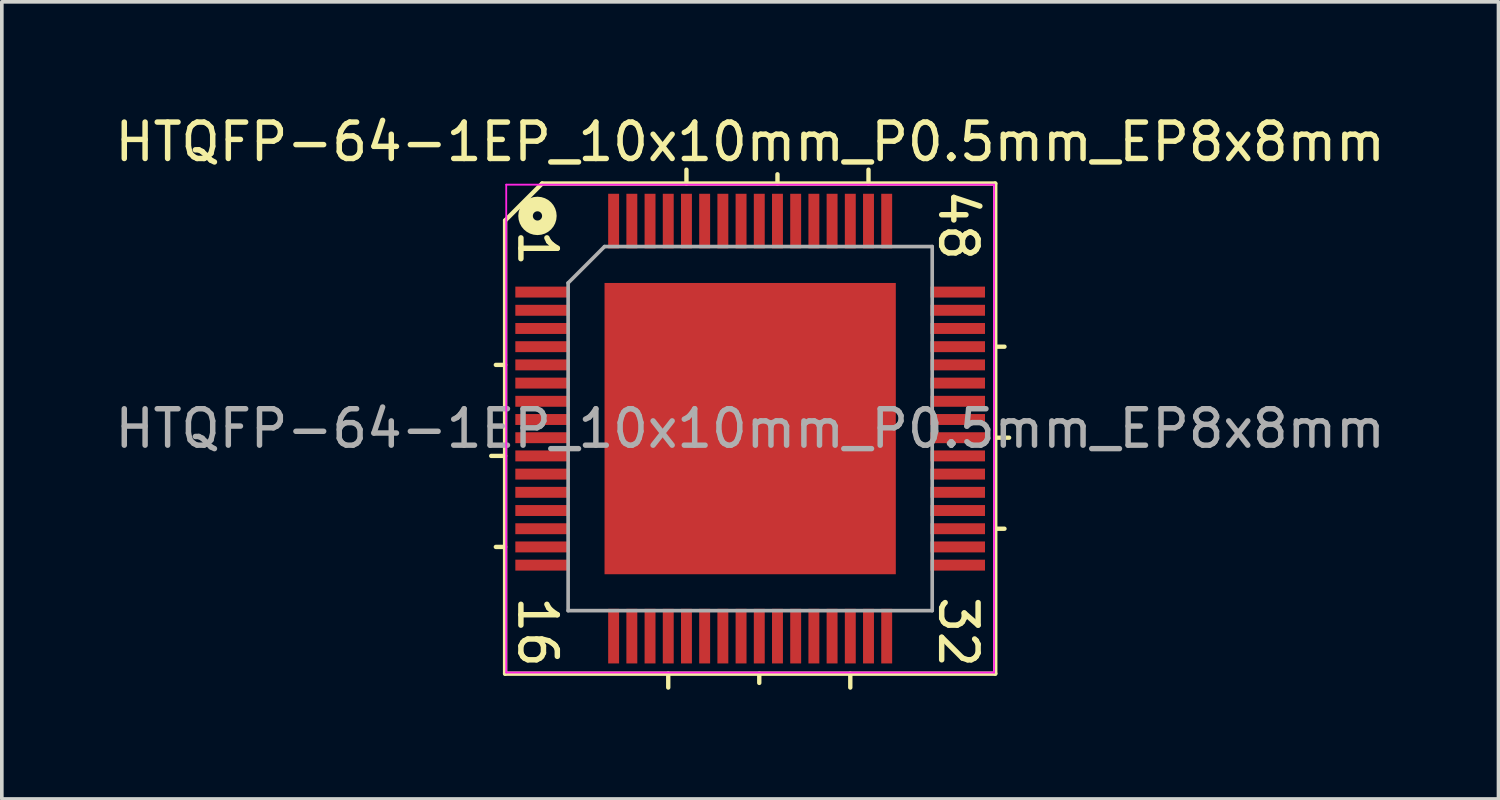
<source format=kicad_pcb>
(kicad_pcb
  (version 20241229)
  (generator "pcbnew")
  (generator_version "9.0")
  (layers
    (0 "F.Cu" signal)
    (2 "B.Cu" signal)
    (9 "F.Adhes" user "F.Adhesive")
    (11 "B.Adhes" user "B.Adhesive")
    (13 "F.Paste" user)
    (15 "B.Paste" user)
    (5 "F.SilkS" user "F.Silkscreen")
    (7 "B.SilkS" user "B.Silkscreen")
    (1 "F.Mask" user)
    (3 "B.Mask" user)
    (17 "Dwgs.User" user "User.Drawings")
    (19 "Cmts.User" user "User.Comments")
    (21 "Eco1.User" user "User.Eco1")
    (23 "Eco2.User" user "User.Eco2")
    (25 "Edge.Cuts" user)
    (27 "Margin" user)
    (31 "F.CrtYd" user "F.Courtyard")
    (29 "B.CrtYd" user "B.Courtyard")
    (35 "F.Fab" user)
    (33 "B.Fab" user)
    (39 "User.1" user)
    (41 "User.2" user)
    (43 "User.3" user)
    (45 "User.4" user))
  (footprint "HTQFP-64-1EP_10x10mm_P0.5mm_EP8x8mm"
    (layer "F.Cu")
    (at 17.554 8.722)
    (property "Reference" "HTQFP-64-1EP_10x10mm_P0.5mm_EP8x8mm" (at 0 -7.874 0) (layer "F.SilkS") (effects (font (size 1 1) (thickness 0.15))))
    (attr smd)
    (fp_line (start -6.731 -5.715) (end -6.731 6.731) (stroke (width 0.12) (type solid)) (layer "F.SilkS"))
    (fp_line (start -6.731 -1.75) (end -6.985 -1.75) (stroke (width 0.12) (type solid)) (layer "F.SilkS"))
    (fp_line (start -6.731 0.75) (end -7.112 0.75) (stroke (width 0.12) (type solid)) (layer "F.SilkS"))
    (fp_line (start -6.731 3.25) (end -6.985 3.25) (stroke (width 0.12) (type solid)) (layer "F.SilkS"))
    (fp_line (start -6.731 6.731) (end 6.731 6.731) (stroke (width 0.12) (type solid)) (layer "F.SilkS"))
    (fp_line (start -5.715 -6.731) (end -6.731 -5.715) (stroke (width 0.12) (type solid)) (layer "F.SilkS"))
    (fp_line (start -2.25 6.731) (end -2.25 7.112) (stroke (width 0.12) (type solid)) (layer "F.SilkS"))
    (fp_line (start -1.75 -6.731) (end -1.75 -7.112) (stroke (width 0.12) (type solid)) (layer "F.SilkS"))
    (fp_line (start 0.25 6.731) (end 0.25 6.985) (stroke (width 0.12) (type solid)) (layer "F.SilkS"))
    (fp_line (start 0.75 -6.731) (end 0.75 -6.985) (stroke (width 0.12) (type solid)) (layer "F.SilkS"))
    (fp_line (start 2.75 6.731) (end 2.75 7.112) (stroke (width 0.12) (type solid)) (layer "F.SilkS"))
    (fp_line (start 3.25 -6.731) (end 3.25 -7.112) (stroke (width 0.12) (type solid)) (layer "F.SilkS"))
    (fp_line (start 6.731 -6.731) (end -5.715 -6.731) (stroke (width 0.12) (type solid)) (layer "F.SilkS"))
    (fp_line (start 6.731 -2.25) (end 6.985 -2.25) (stroke (width 0.12) (type solid)) (layer "F.SilkS"))
    (fp_line (start 6.731 0.25) (end 7.112 0.25) (stroke (width 0.12) (type solid)) (layer "F.SilkS"))
    (fp_line (start 6.731 2.75) (end 6.985 2.75) (stroke (width 0.12) (type solid)) (layer "F.SilkS"))
    (fp_line (start 6.731 6.731) (end 6.731 -6.731) (stroke (width 0.12) (type solid)) (layer "F.SilkS"))
    (fp_circle (center -5.842 -5.842) (end -5.715 -5.842) (stroke (width 0.4) (type solid)) (fill no) (layer "F.SilkS"))
    (fp_line (start -6.7 -6.7) (end -6.7 6.7) (stroke (width 0.05) (type solid)) (layer "F.CrtYd"))
    (fp_line (start -6.7 -6.7) (end 6.7 -6.7) (stroke (width 0.05) (type solid)) (layer "F.CrtYd"))
    (fp_line (start -6.7 6.7) (end 6.7 6.7) (stroke (width 0.05) (type solid)) (layer "F.CrtYd"))
    (fp_line (start 6.7 -6.7) (end 6.7 6.7) (stroke (width 0.05) (type solid)) (layer "F.CrtYd"))
    (fp_line (start -5 -4) (end -4 -5) (stroke (width 0.1) (type solid)) (layer "F.Fab"))
    (fp_line (start -5 5) (end -5 -4) (stroke (width 0.1) (type solid)) (layer "F.Fab"))
    (fp_line (start -4 -5) (end 5 -5) (stroke (width 0.1) (type solid)) (layer "F.Fab"))
    (fp_line (start 5 -5) (end 5 5) (stroke (width 0.1) (type solid)) (layer "F.Fab"))
    (fp_line (start 5 5) (end -5 5) (stroke (width 0.1) (type solid)) (layer "F.Fab"))
    (fp_text user "48" (at 5.715 -5.588 270) (unlocked yes) (layer "F.SilkS") (effects (font (size 1 1) (thickness 0.15))))
    (fp_text user "1" (at -5.842 -4.953 270) (unlocked yes) (layer "F.SilkS") (effects (font (size 1 1) (thickness 0.15))))
    (fp_text user "32" (at 5.715 5.588 270) (unlocked yes) (layer "F.SilkS") (effects (font (size 1 1) (thickness 0.15))))
    (fp_text user "16" (at -5.842 5.588 270) (unlocked yes) (layer "F.SilkS") (effects (font (size 1 1) (thickness 0.15))))
    (fp_text user "${REFERENCE}" (at 0 0 0) (layer "F.Fab") (effects (font (size 1 1) (thickness 0.15))))
    (pad "" smd rect (at -2 -2 180) (size 3.2 3.2) (layers "F.Paste"))
    (pad "" smd rect (at -2 2 180) (size 3.2 3.2) (layers "F.Paste"))
    (pad "" smd rect (at 2 -2 180) (size 3.2 3.2) (layers "F.Paste"))
    (pad "" smd rect (at 2 2 180) (size 3.2 3.2) (layers "F.Paste"))
    (pad "1" smd rect (at -5.7 -3.75) (size 1.5 0.3) (layers "F.Cu" "F.Mask" "F.Paste"))
    (pad "2" smd rect (at -5.7 -3.25) (size 1.5 0.3) (layers "F.Cu" "F.Mask" "F.Paste"))
    (pad "3" smd rect (at -5.7 -2.75) (size 1.5 0.3) (layers "F.Cu" "F.Mask" "F.Paste"))
    (pad "4" smd rect (at -5.7 -2.25) (size 1.5 0.3) (layers "F.Cu" "F.Mask" "F.Paste"))
    (pad "5" smd rect (at -5.7 -1.75) (size 1.5 0.3) (layers "F.Cu" "F.Mask" "F.Paste"))
    (pad "6" smd rect (at -5.7 -1.25) (size 1.5 0.3) (layers "F.Cu" "F.Mask" "F.Paste"))
    (pad "7" smd rect (at -5.7 -0.75) (size 1.5 0.3) (layers "F.Cu" "F.Mask" "F.Paste"))
    (pad "8" smd rect (at -5.7 -0.25) (size 1.5 0.3) (layers "F.Cu" "F.Mask" "F.Paste"))
    (pad "9" smd rect (at -5.7 0.25) (size 1.5 0.3) (layers "F.Cu" "F.Mask" "F.Paste"))
    (pad "10" smd rect (at -5.7 0.75) (size 1.5 0.3) (layers "F.Cu" "F.Mask" "F.Paste"))
    (pad "11" smd rect (at -5.7 1.25) (size 1.5 0.3) (layers "F.Cu" "F.Mask" "F.Paste"))
    (pad "12" smd rect (at -5.7 1.75) (size 1.5 0.3) (layers "F.Cu" "F.Mask" "F.Paste"))
    (pad "13" smd rect (at -5.7 2.25) (size 1.5 0.3) (layers "F.Cu" "F.Mask" "F.Paste"))
    (pad "14" smd rect (at -5.7 2.75) (size 1.5 0.3) (layers "F.Cu" "F.Mask" "F.Paste"))
    (pad "15" smd rect (at -5.7 3.25) (size 1.5 0.3) (layers "F.Cu" "F.Mask" "F.Paste"))
    (pad "16" smd rect (at -5.7 3.75) (size 1.5 0.3) (layers "F.Cu" "F.Mask" "F.Paste"))
    (pad "17" smd rect (at -3.75 5.7 90) (size 1.5 0.3) (layers "F.Cu" "F.Mask" "F.Paste"))
    (pad "18" smd rect (at -3.25 5.7 90) (size 1.5 0.3) (layers "F.Cu" "F.Mask" "F.Paste"))
    (pad "19" smd rect (at -2.75 5.7 90) (size 1.5 0.3) (layers "F.Cu" "F.Mask" "F.Paste"))
    (pad "20" smd rect (at -2.25 5.7 90) (size 1.5 0.3) (layers "F.Cu" "F.Mask" "F.Paste"))
    (pad "21" smd rect (at -1.75 5.7 90) (size 1.5 0.3) (layers "F.Cu" "F.Mask" "F.Paste"))
    (pad "22" smd rect (at -1.25 5.7 90) (size 1.5 0.3) (layers "F.Cu" "F.Mask" "F.Paste"))
    (pad "23" smd rect (at -0.75 5.7 90) (size 1.5 0.3) (layers "F.Cu" "F.Mask" "F.Paste"))
    (pad "24" smd rect (at -0.25 5.7 90) (size 1.5 0.3) (layers "F.Cu" "F.Mask" "F.Paste"))
    (pad "25" smd rect (at 0.25 5.7 90) (size 1.5 0.3) (layers "F.Cu" "F.Mask" "F.Paste"))
    (pad "26" smd rect (at 0.75 5.7 90) (size 1.5 0.3) (layers "F.Cu" "F.Mask" "F.Paste"))
    (pad "27" smd rect (at 1.25 5.7 90) (size 1.5 0.3) (layers "F.Cu" "F.Mask" "F.Paste"))
    (pad "28" smd rect (at 1.75 5.7 90) (size 1.5 0.3) (layers "F.Cu" "F.Mask" "F.Paste"))
    (pad "29" smd rect (at 2.25 5.7 90) (size 1.5 0.3) (layers "F.Cu" "F.Mask" "F.Paste"))
    (pad "30" smd rect (at 2.75 5.7 90) (size 1.5 0.3) (layers "F.Cu" "F.Mask" "F.Paste"))
    (pad "31" smd rect (at 3.25 5.7 90) (size 1.5 0.3) (layers "F.Cu" "F.Mask" "F.Paste"))
    (pad "32" smd rect (at 3.75 5.7 90) (size 1.5 0.3) (layers "F.Cu" "F.Mask" "F.Paste"))
    (pad "33" smd rect (at 5.7 3.75) (size 1.5 0.3) (layers "F.Cu" "F.Mask" "F.Paste"))
    (pad "34" smd rect (at 5.7 3.25) (size 1.5 0.3) (layers "F.Cu" "F.Mask" "F.Paste"))
    (pad "35" smd rect (at 5.7 2.75) (size 1.5 0.3) (layers "F.Cu" "F.Mask" "F.Paste"))
    (pad "36" smd rect (at 5.7 2.25) (size 1.5 0.3) (layers "F.Cu" "F.Mask" "F.Paste"))
    (pad "37" smd rect (at 5.7 1.75) (size 1.5 0.3) (layers "F.Cu" "F.Mask" "F.Paste"))
    (pad "38" smd rect (at 5.7 1.25) (size 1.5 0.3) (layers "F.Cu" "F.Mask" "F.Paste"))
    (pad "39" smd rect (at 5.7 0.75) (size 1.5 0.3) (layers "F.Cu" "F.Mask" "F.Paste"))
    (pad "40" smd rect (at 5.7 0.25) (size 1.5 0.3) (layers "F.Cu" "F.Mask" "F.Paste"))
    (pad "41" smd rect (at 5.7 -0.25) (size 1.5 0.3) (layers "F.Cu" "F.Mask" "F.Paste"))
    (pad "42" smd rect (at 5.7 -0.75) (size 1.5 0.3) (layers "F.Cu" "F.Mask" "F.Paste"))
    (pad "43" smd rect (at 5.7 -1.25) (size 1.5 0.3) (layers "F.Cu" "F.Mask" "F.Paste"))
    (pad "44" smd rect (at 5.7 -1.75) (size 1.5 0.3) (layers "F.Cu" "F.Mask" "F.Paste"))
    (pad "45" smd rect (at 5.7 -2.25) (size 1.5 0.3) (layers "F.Cu" "F.Mask" "F.Paste"))
    (pad "46" smd rect (at 5.7 -2.75) (size 1.5 0.3) (layers "F.Cu" "F.Mask" "F.Paste"))
    (pad "47" smd rect (at 5.7 -3.25) (size 1.5 0.3) (layers "F.Cu" "F.Mask" "F.Paste"))
    (pad "48" smd rect (at 5.7 -3.75) (size 1.5 0.3) (layers "F.Cu" "F.Mask" "F.Paste"))
    (pad "49" smd rect (at 3.75 -5.7 90) (size 1.5 0.3) (layers "F.Cu" "F.Mask" "F.Paste"))
    (pad "50" smd rect (at 3.25 -5.7 90) (size 1.5 0.3) (layers "F.Cu" "F.Mask" "F.Paste"))
    (pad "51" smd rect (at 2.75 -5.7 90) (size 1.5 0.3) (layers "F.Cu" "F.Mask" "F.Paste"))
    (pad "52" smd rect (at 2.25 -5.7 90) (size 1.5 0.3) (layers "F.Cu" "F.Mask" "F.Paste"))
    (pad "53" smd rect (at 1.75 -5.7 90) (size 1.5 0.3) (layers "F.Cu" "F.Mask" "F.Paste"))
    (pad "54" smd rect (at 1.25 -5.7 90) (size 1.5 0.3) (layers "F.Cu" "F.Mask" "F.Paste"))
    (pad "55" smd rect (at 0.75 -5.7 90) (size 1.5 0.3) (layers "F.Cu" "F.Mask" "F.Paste"))
    (pad "56" smd rect (at 0.25 -5.7 90) (size 1.5 0.3) (layers "F.Cu" "F.Mask" "F.Paste"))
    (pad "57" smd rect (at -0.25 -5.7 90) (size 1.5 0.3) (layers "F.Cu" "F.Mask" "F.Paste"))
    (pad "58" smd rect (at -0.75 -5.7 90) (size 1.5 0.3) (layers "F.Cu" "F.Mask" "F.Paste"))
    (pad "59" smd rect (at -1.25 -5.7 90) (size 1.5 0.3) (layers "F.Cu" "F.Mask" "F.Paste"))
    (pad "60" smd rect (at -1.75 -5.7 90) (size 1.5 0.3) (layers "F.Cu" "F.Mask" "F.Paste"))
    (pad "61" smd rect (at -2.25 -5.7 90) (size 1.5 0.3) (layers "F.Cu" "F.Mask" "F.Paste"))
    (pad "62" smd rect (at -2.75 -5.7 90) (size 1.5 0.3) (layers "F.Cu" "F.Mask" "F.Paste"))
    (pad "63" smd rect (at -3.25 -5.7 90) (size 1.5 0.3) (layers "F.Cu" "F.Mask" "F.Paste"))
    (pad "64" smd rect (at -3.75 -5.7 90) (size 1.5 0.3) (layers "F.Cu" "F.Mask" "F.Paste"))
    (pad "65" smd rect (at 0 0 180) (size 8 8) (layers "F.Cu" "F.Mask")))
  (gr_rect
    (start -3 -3)
    (end 38.107 18.894)
    (stroke (width 0.1) (type default))
    (fill no)
    (layer "Edge.Cuts")))
</source>
